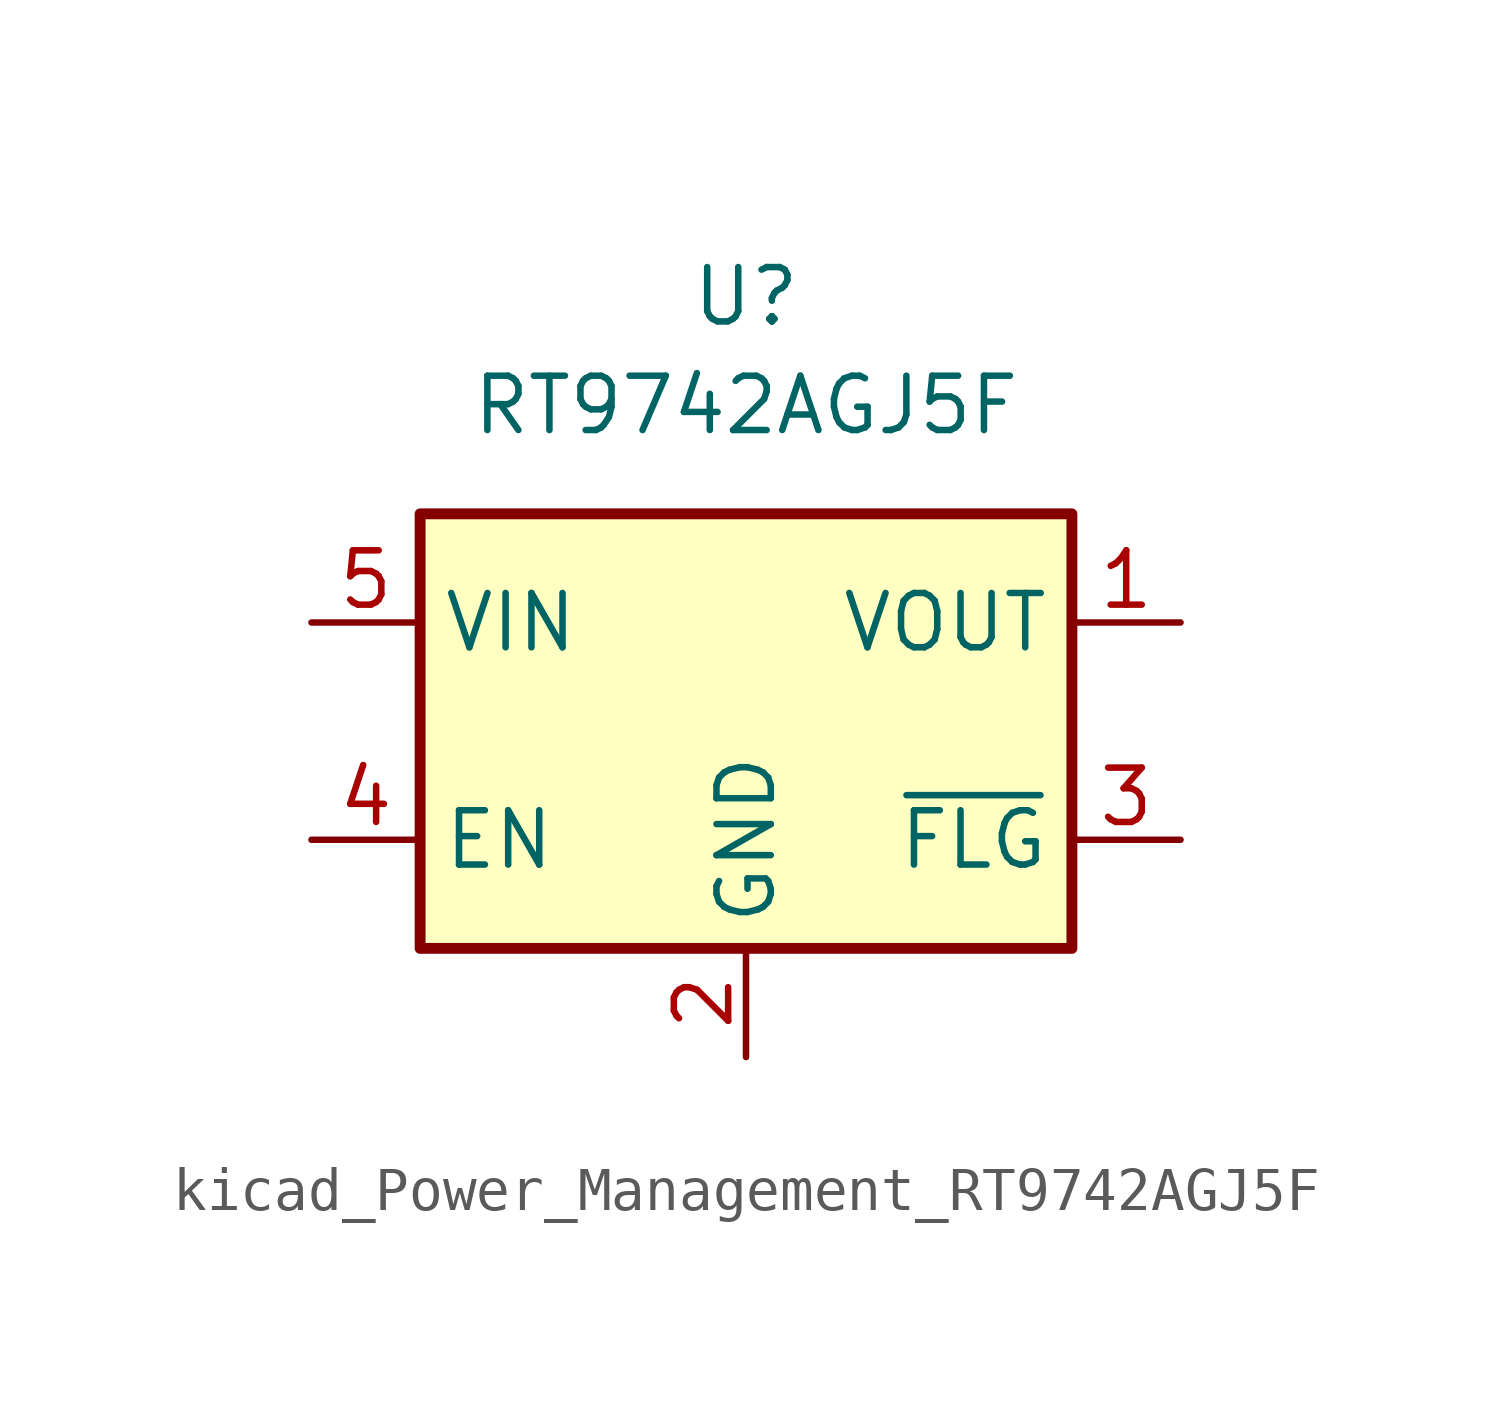
<source format=kicad_sym>
(kicad_symbol_lib
  (version 20220914)
  (generator kicad_symbol_editor)
  (symbol "kicad_Power_Management_RT9742AGJ5F"
    (property "Reference" "U"
      (at 0 10.16 0)
      (effects (font (size 1.27 1.27))))
    (property "Value" "RT9742AGJ5F"
      (at 0 7.62 0)
      (effects (font (size 1.27 1.27))))
    (symbol "kicad_Power_Management_RT9742AGJ5F_0_1"
      (rectangle (start -7.62 5.08) (end 7.62 -5.08) (stroke (width 0.254) (type default)) (fill (type background))))
    (symbol "kicad_Power_Management_RT9742AGJ5F_1_1"
      (pin power_out line (at 10.16 2.54 180) (length 2.54) (name "VOUT" (effects (font (size 1.27 1.27)))) (number "1" (effects (font (size 1.27 1.27)))))
      (pin power_in line (at 0 -7.62 90) (length 2.54) (name "GND" (effects (font (size 1.27 1.27)))) (number "2" (effects (font (size 1.27 1.27)))))
      (pin open_collector line (at 10.16 -2.54 180) (length 2.54) (name "~{FLG}" (effects (font (size 1.27 1.27)))) (number "3" (effects (font (size 1.27 1.27)))))
      (pin input line (at -10.16 -2.54 0) (length 2.54) (name "EN" (effects (font (size 1.27 1.27)))) (number "4" (effects (font (size 1.27 1.27)))))
      (pin power_in line (at -10.16 2.54 0) (length 2.54) (name "VIN" (effects (font (size 1.27 1.27)))) (number "5" (effects (font (size 1.27 1.27))))))))
</source>
